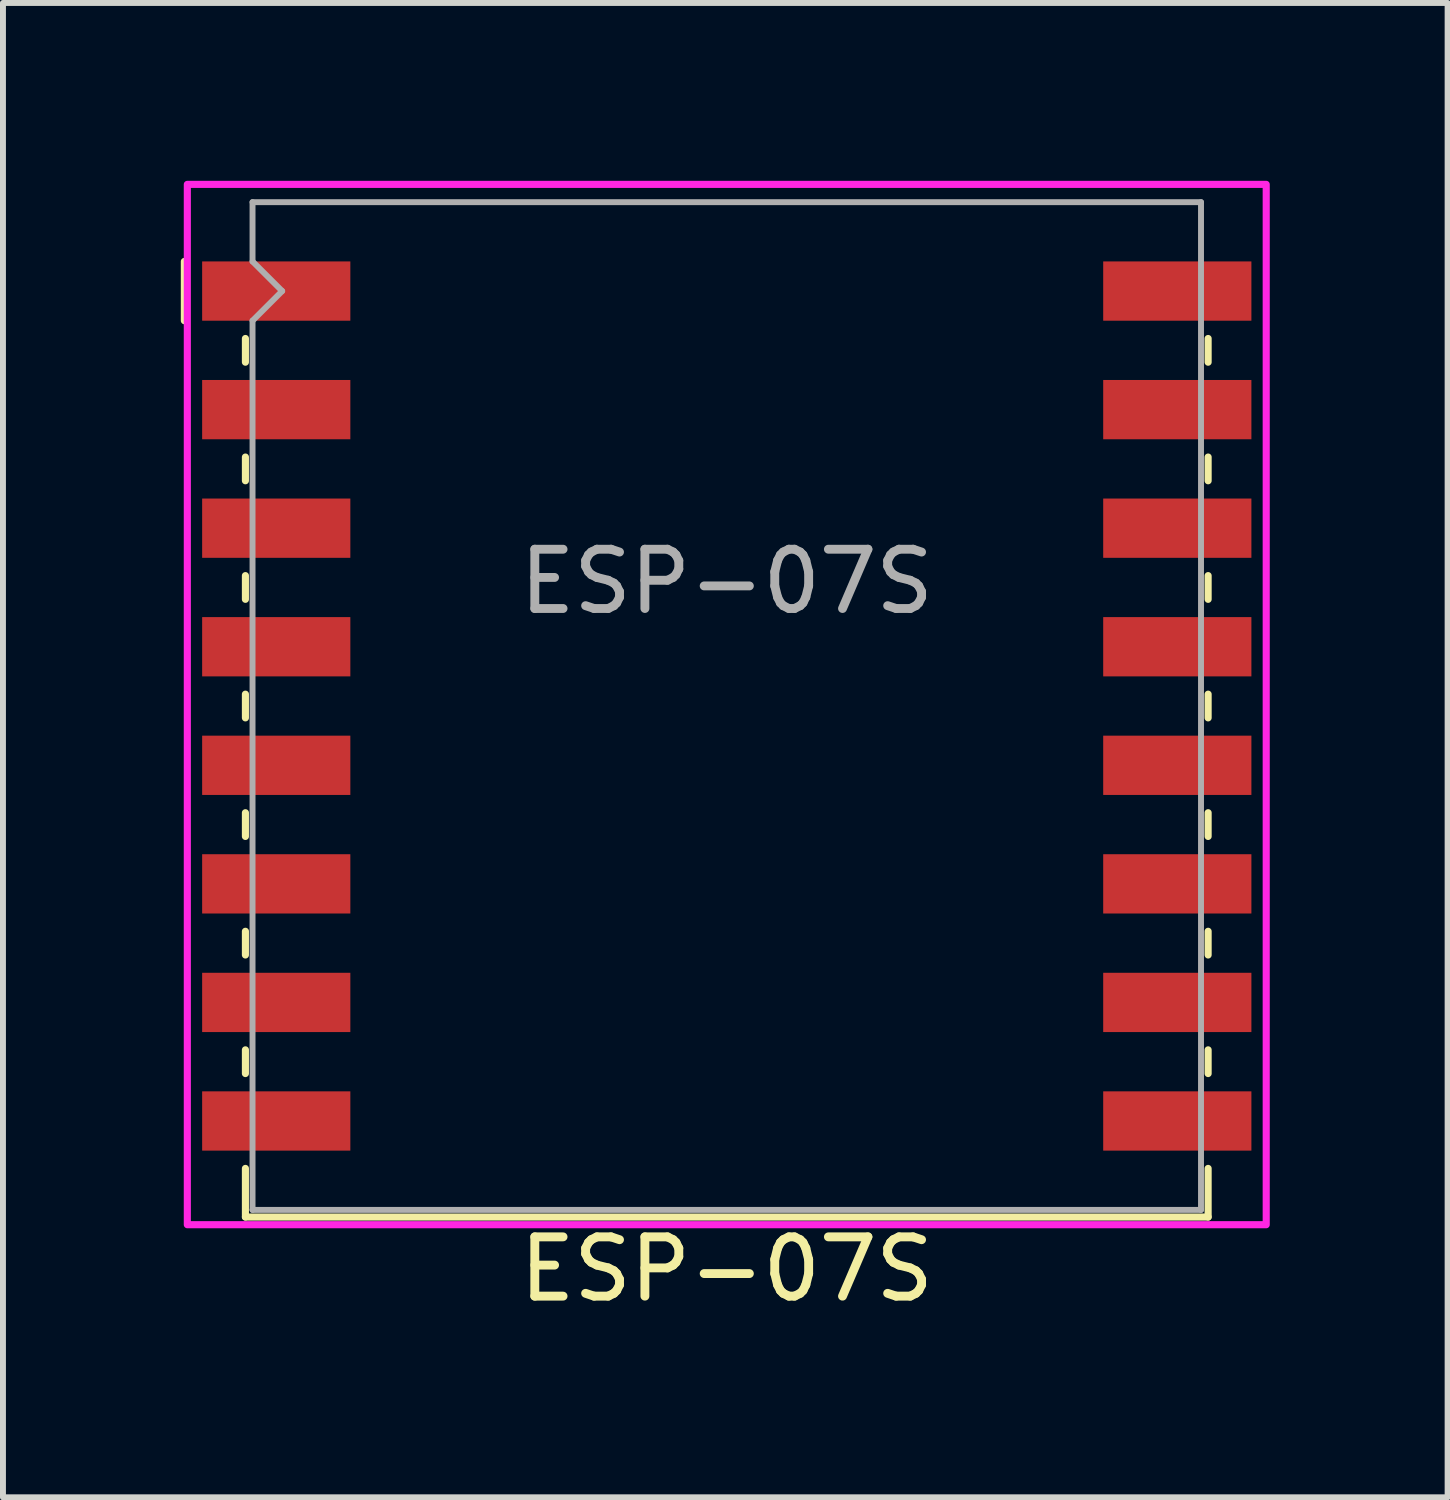
<source format=kicad_pcb>
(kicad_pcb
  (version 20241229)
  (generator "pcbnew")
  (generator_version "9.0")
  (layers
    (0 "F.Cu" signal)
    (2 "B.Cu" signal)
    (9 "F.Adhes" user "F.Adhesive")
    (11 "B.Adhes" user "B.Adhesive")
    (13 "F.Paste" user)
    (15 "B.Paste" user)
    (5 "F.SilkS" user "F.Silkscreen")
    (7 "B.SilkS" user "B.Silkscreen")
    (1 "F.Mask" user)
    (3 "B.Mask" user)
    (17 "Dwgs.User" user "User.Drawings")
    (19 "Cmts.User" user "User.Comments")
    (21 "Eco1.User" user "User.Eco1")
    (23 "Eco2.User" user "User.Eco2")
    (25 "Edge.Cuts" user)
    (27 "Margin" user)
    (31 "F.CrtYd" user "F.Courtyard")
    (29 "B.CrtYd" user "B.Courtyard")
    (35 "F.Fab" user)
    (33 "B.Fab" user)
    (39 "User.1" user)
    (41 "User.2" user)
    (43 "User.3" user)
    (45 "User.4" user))
  (footprint "ESP-07S"
    (layer "F.Cu")
    (at 9.21 6.76)
    (property "Reference" "ESP-07S" (at 0 11.6 0) (layer "F.SilkS") (effects (font (size 1 1) (thickness 0.15))))
    (attr smd)
    (fp_line (start -9.15 -5.4) (end -9.15 -4.4) (stroke (width 0.12) (type solid)) (layer "F.SilkS"))
    (fp_line (start -8.12 -3.7) (end -8.12 -4.1) (stroke (width 0.12) (type solid)) (layer "F.SilkS"))
    (fp_line (start -8.12 -1.7) (end -8.12 -2.1) (stroke (width 0.12) (type solid)) (layer "F.SilkS"))
    (fp_line (start -8.12 0.3) (end -8.12 -0.1) (stroke (width 0.12) (type solid)) (layer "F.SilkS"))
    (fp_line (start -8.12 2.3) (end -8.12 1.9) (stroke (width 0.12) (type solid)) (layer "F.SilkS"))
    (fp_line (start -8.12 4.3) (end -8.12 3.9) (stroke (width 0.12) (type solid)) (layer "F.SilkS"))
    (fp_line (start -8.12 6.3) (end -8.12 5.9) (stroke (width 0.12) (type solid)) (layer "F.SilkS"))
    (fp_line (start -8.12 8.3) (end -8.12 7.9) (stroke (width 0.12) (type solid)) (layer "F.SilkS"))
    (fp_line (start -8.12 10.72) (end -8.12 9.9) (stroke (width 0.12) (type solid)) (layer "F.SilkS"))
    (fp_line (start 8.12 -3.7) (end 8.12 -4.1) (stroke (width 0.12) (type solid)) (layer "F.SilkS"))
    (fp_line (start 8.12 -1.7) (end 8.12 -2.1) (stroke (width 0.12) (type solid)) (layer "F.SilkS"))
    (fp_line (start 8.12 0.3) (end 8.12 -0.1) (stroke (width 0.12) (type solid)) (layer "F.SilkS"))
    (fp_line (start 8.12 2.3) (end 8.12 1.9) (stroke (width 0.12) (type solid)) (layer "F.SilkS"))
    (fp_line (start 8.12 4.3) (end 8.12 3.9) (stroke (width 0.12) (type solid)) (layer "F.SilkS"))
    (fp_line (start 8.12 6.3) (end 8.12 5.9) (stroke (width 0.12) (type solid)) (layer "F.SilkS"))
    (fp_line (start 8.12 8.3) (end 8.12 7.9) (stroke (width 0.12) (type solid)) (layer "F.SilkS"))
    (fp_line (start 8.12 9.9) (end 8.12 10.72) (stroke (width 0.12) (type solid)) (layer "F.SilkS"))
    (fp_line (start 8.12 10.72) (end -8.12 10.72) (stroke (width 0.12) (type solid)) (layer "F.SilkS"))
    (fp_rect (start -9.1 10.85) (end 9.1 -6.7) (stroke (width 0.12) (type default)) (fill no) (layer "F.CrtYd"))
    (fp_line (start -8 -6.4) (end 8 -6.4) (stroke (width 0.1) (type solid)) (layer "F.Fab"))
    (fp_line (start -8 -5.4) (end -8 -6.4) (stroke (width 0.1) (type solid)) (layer "F.Fab"))
    (fp_line (start -8 -4.4) (end -7.5 -4.9) (stroke (width 0.1) (type solid)) (layer "F.Fab"))
    (fp_line (start -8 10.6) (end -8 -4.4) (stroke (width 0.1) (type solid)) (layer "F.Fab"))
    (fp_line (start -7.5 -4.9) (end -8 -5.4) (stroke (width 0.1) (type solid)) (layer "F.Fab"))
    (fp_line (start 8 -6.4) (end 8 10.6) (stroke (width 0.1) (type solid)) (layer "F.Fab"))
    (fp_line (start 8 10.6) (end -8 10.6) (stroke (width 0.1) (type solid)) (layer "F.Fab"))
    (fp_text user "${REFERENCE}" (at 0 0 0) (layer "F.Fab") (effects (font (size 1 1) (thickness 0.15))))
    (pad "1" smd rect (at -7.6 -4.9) (size 2.5 1) (layers "F.Cu" "F.Mask" "F.Paste"))
    (pad "2" smd rect (at -7.6 -2.9) (size 2.5 1) (layers "F.Cu" "F.Mask" "F.Paste"))
    (pad "3" smd rect (at -7.6 -0.9) (size 2.5 1) (layers "F.Cu" "F.Mask" "F.Paste"))
    (pad "4" smd rect (at -7.6 1.1) (size 2.5 1) (layers "F.Cu" "F.Mask" "F.Paste"))
    (pad "5" smd rect (at -7.6 3.1) (size 2.5 1) (layers "F.Cu" "F.Mask" "F.Paste"))
    (pad "6" smd rect (at -7.6 5.1) (size 2.5 1) (layers "F.Cu" "F.Mask" "F.Paste"))
    (pad "7" smd rect (at -7.6 7.1) (size 2.5 1) (layers "F.Cu" "F.Mask" "F.Paste"))
    (pad "8" smd rect (at -7.6 9.1) (size 2.5 1) (layers "F.Cu" "F.Mask" "F.Paste"))
    (pad "9" smd rect (at 7.6 9.1) (size 2.5 1) (layers "F.Cu" "F.Mask" "F.Paste"))
    (pad "10" smd rect (at 7.6 7.1) (size 2.5 1) (layers "F.Cu" "F.Mask" "F.Paste"))
    (pad "11" smd rect (at 7.6 5.1) (size 2.5 1) (layers "F.Cu" "F.Mask" "F.Paste"))
    (pad "12" smd rect (at 7.6 3.1) (size 2.5 1) (layers "F.Cu" "F.Mask" "F.Paste"))
    (pad "13" smd rect (at 7.6 1.1) (size 2.5 1) (layers "F.Cu" "F.Mask" "F.Paste"))
    (pad "14" smd rect (at 7.6 -0.9) (size 2.5 1) (layers "F.Cu" "F.Mask" "F.Paste"))
    (pad "15" smd rect (at 7.6 -2.9) (size 2.5 1) (layers "F.Cu" "F.Mask" "F.Paste"))
    (pad "16" smd rect (at 7.6 -4.9) (size 2.5 1) (layers "F.Cu" "F.Mask" "F.Paste")))
  (gr_rect
    (start -3 -3)
    (end 21.37 22.208)
    (stroke (width 0.1) (type default))
    (fill no)
    (layer "Edge.Cuts")))
</source>
